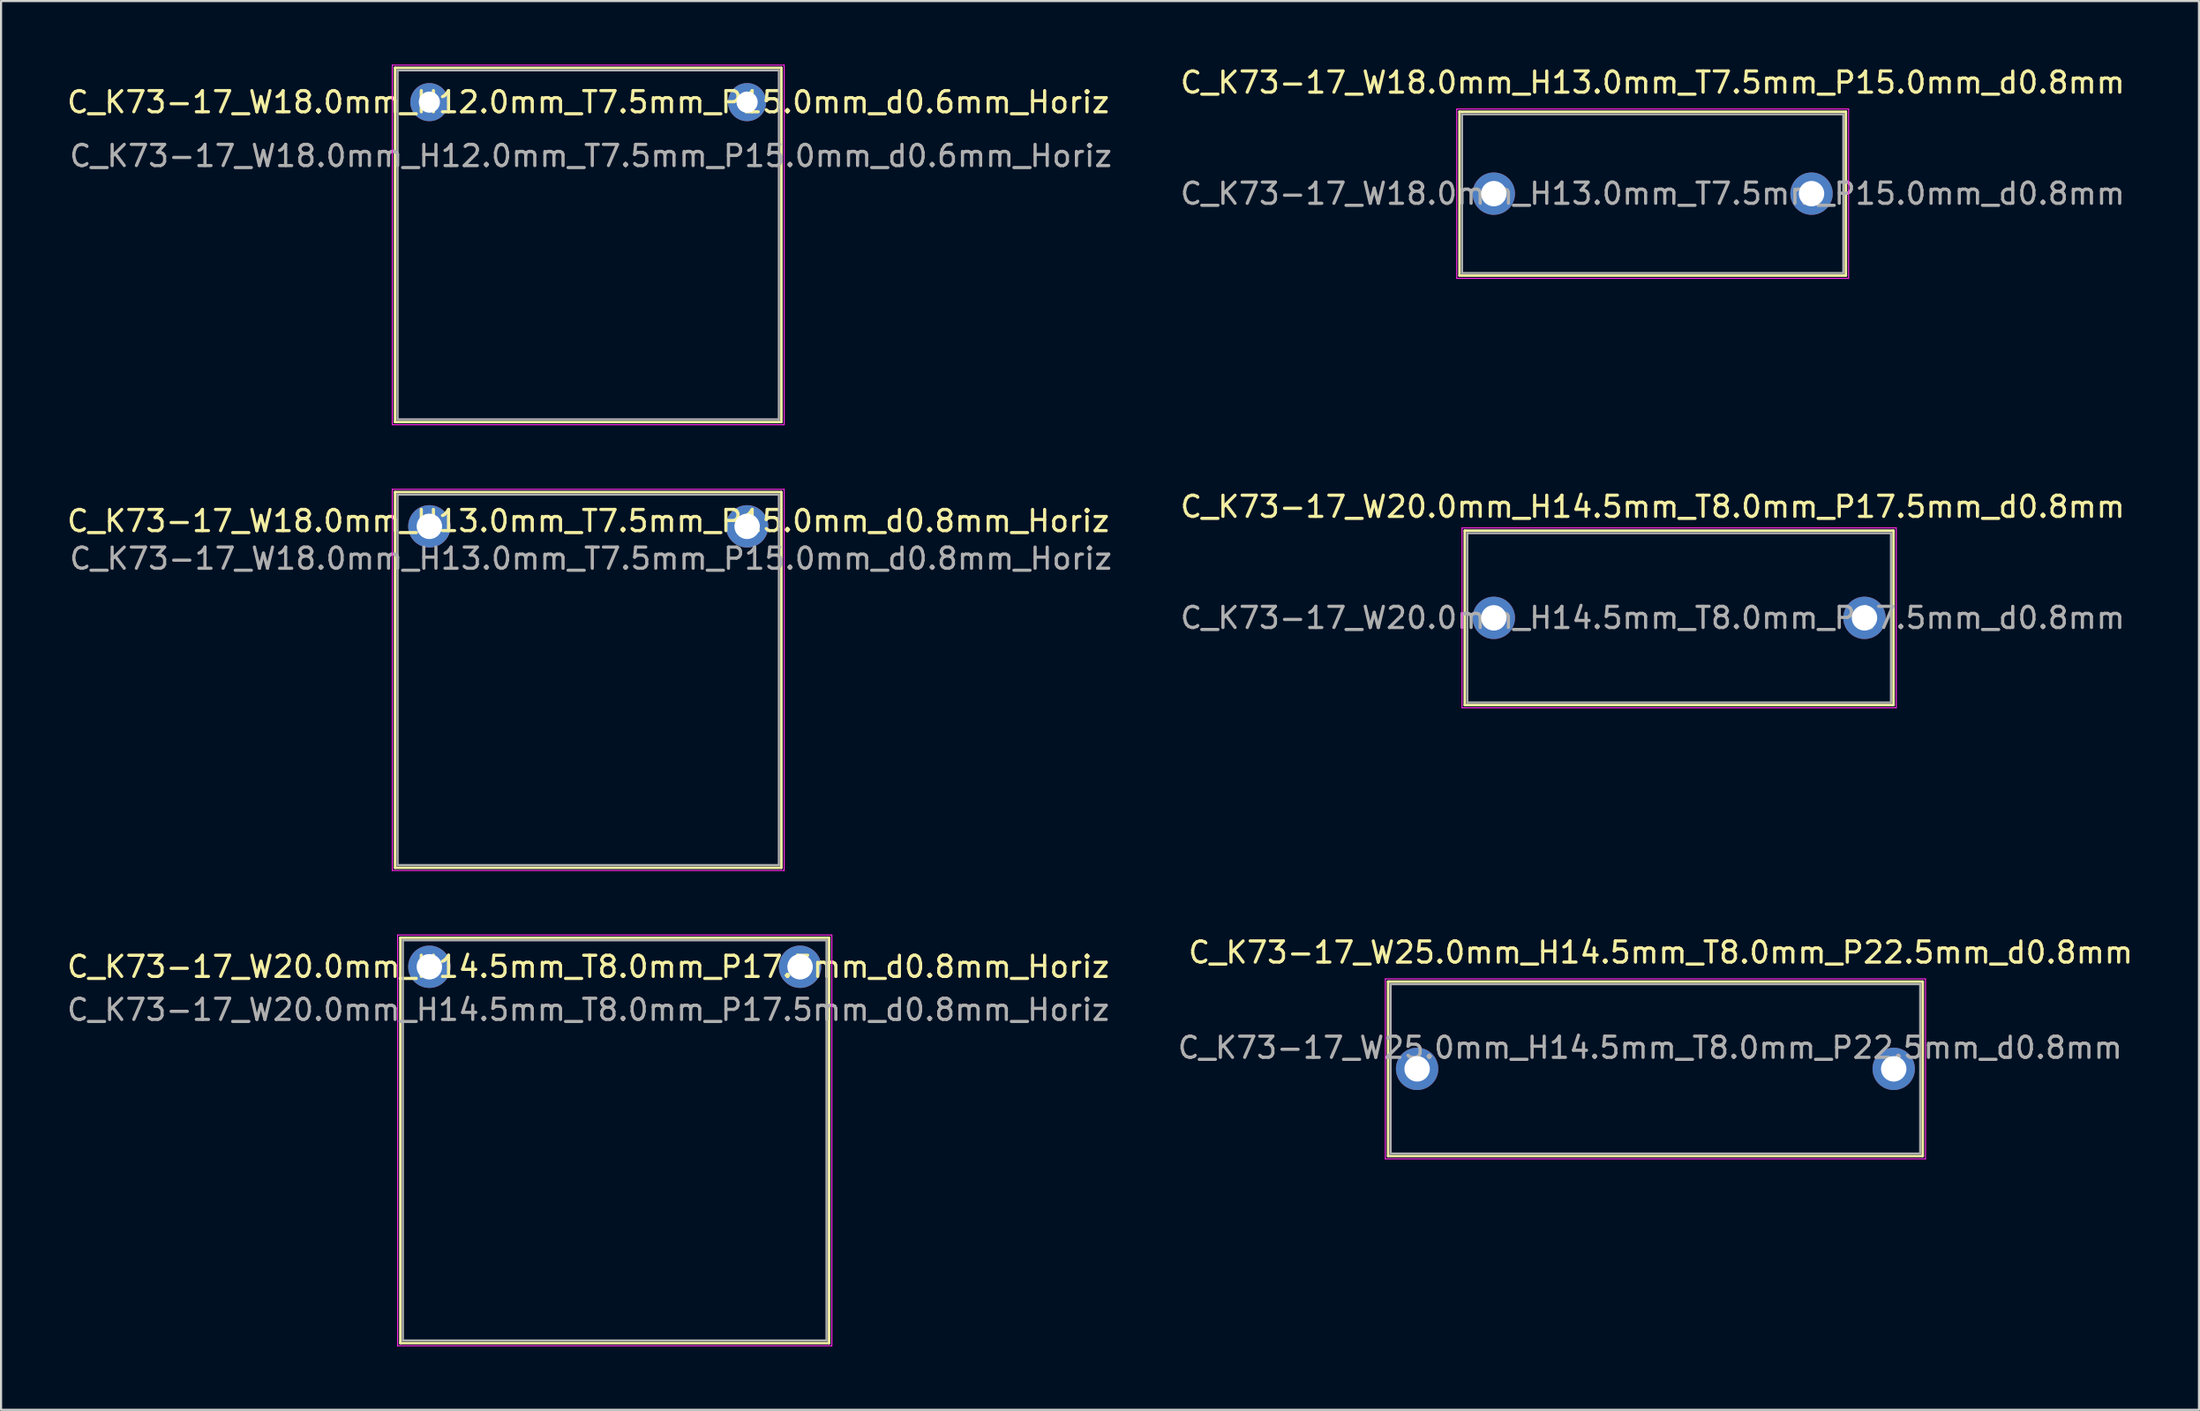
<source format=kicad_pcb>
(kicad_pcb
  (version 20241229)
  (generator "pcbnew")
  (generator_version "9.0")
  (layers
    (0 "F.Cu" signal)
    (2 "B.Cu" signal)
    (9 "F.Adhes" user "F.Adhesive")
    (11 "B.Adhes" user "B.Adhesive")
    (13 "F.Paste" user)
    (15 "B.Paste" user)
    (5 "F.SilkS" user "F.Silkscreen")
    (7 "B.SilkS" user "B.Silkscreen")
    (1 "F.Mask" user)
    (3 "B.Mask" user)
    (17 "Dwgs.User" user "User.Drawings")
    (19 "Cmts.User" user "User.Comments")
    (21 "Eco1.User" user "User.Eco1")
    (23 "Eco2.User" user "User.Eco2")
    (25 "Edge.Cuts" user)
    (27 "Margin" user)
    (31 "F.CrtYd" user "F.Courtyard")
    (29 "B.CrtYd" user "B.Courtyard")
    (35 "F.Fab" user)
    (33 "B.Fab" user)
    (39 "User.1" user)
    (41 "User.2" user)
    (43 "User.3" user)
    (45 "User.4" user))
  (footprint "C_K73-17_W18.0mm_H12.0mm_T7.5mm_P15.0mm_d0.6mm_Horiz"
    (layer "F.Cu")
    (at 17.22 1.775)
    (property "Reference" "C_K73-17_W18.0mm_H12.0mm_T7.5mm_P15.0mm_d0.6mm_Horiz" (at 7.5 0 0) (layer "F.SilkS") (effects (font (size 1 1) (thickness 0.15))))
    (attr through_hole)
    (fp_line (start -1.62 -1.62) (end -1.62 15.113) (stroke (width 0.12) (type solid)) (layer "F.SilkS"))
    (fp_line (start -1.62 -1.62) (end 16.62 -1.62) (stroke (width 0.12) (type solid)) (layer "F.SilkS"))
    (fp_line (start -1.62 15.113) (end 16.62 15.113) (stroke (width 0.12) (type solid)) (layer "F.SilkS"))
    (fp_line (start 16.62 -1.62) (end 16.62 15.113) (stroke (width 0.12) (type solid)) (layer "F.SilkS"))
    (fp_line (start -1.75 -1.75) (end -1.75 15.24) (stroke (width 0.05) (type solid)) (layer "F.CrtYd"))
    (fp_line (start -1.75 15.24) (end 16.75 15.24) (stroke (width 0.05) (type solid)) (layer "F.CrtYd"))
    (fp_line (start 16.75 -1.75) (end -1.75 -1.75) (stroke (width 0.05) (type solid)) (layer "F.CrtYd"))
    (fp_line (start 16.75 15.24) (end 16.75 -1.75) (stroke (width 0.05) (type solid)) (layer "F.CrtYd"))
    (fp_line (start -1.5 -1.5) (end -1.5 14.986) (stroke (width 0.1) (type solid)) (layer "F.Fab"))
    (fp_line (start -1.5 14.986) (end 16.5 14.986) (stroke (width 0.1) (type solid)) (layer "F.Fab"))
    (fp_line (start 16.5 -1.5) (end -1.5 -1.5) (stroke (width 0.1) (type solid)) (layer "F.Fab"))
    (fp_line (start 16.5 14.986) (end 16.5 -1.5) (stroke (width 0.1) (type solid)) (layer "F.Fab"))
    (fp_text user "${REFERENCE}" (at 7.62 2.54 0) (layer "F.Fab") (effects (font (size 1 1) (thickness 0.15))))
    (pad "1" thru_hole circle (at 0 0) (size 1.8 1.8) (drill 1) (layers "*.Cu" "*.Mask"))
    (pad "2" thru_hole circle (at 15 0) (size 1.8 1.8) (drill 1) (layers "*.Cu" "*.Mask")))
  (footprint "C_K73-17_W20.0mm_H14.5mm_T8.0mm_P17.5mm_d0.8mm_Horiz"
    (layer "F.Cu")
    (at 17.22 42.621)
    (property "Reference" "C_K73-17_W20.0mm_H14.5mm_T8.0mm_P17.5mm_d0.8mm_Horiz" (at 7.5 0 0) (layer "F.SilkS") (effects (font (size 1 1) (thickness 0.15))))
    (attr through_hole)
    (fp_line (start -1.37 -1.37) (end -1.37 17.78) (stroke (width 0.12) (type solid)) (layer "F.SilkS"))
    (fp_line (start -1.37 -1.37) (end 18.87 -1.37) (stroke (width 0.12) (type solid)) (layer "F.SilkS"))
    (fp_line (start -1.37 17.78) (end 18.87 17.78) (stroke (width 0.12) (type solid)) (layer "F.SilkS"))
    (fp_line (start 18.87 -1.37) (end 18.87 17.78) (stroke (width 0.12) (type solid)) (layer "F.SilkS"))
    (fp_line (start -1.5 -1.5) (end -1.5 17.907) (stroke (width 0.05) (type solid)) (layer "F.CrtYd"))
    (fp_line (start -1.5 17.907) (end 19 17.907) (stroke (width 0.05) (type solid)) (layer "F.CrtYd"))
    (fp_line (start 19 -1.5) (end -1.5 -1.5) (stroke (width 0.05) (type solid)) (layer "F.CrtYd"))
    (fp_line (start 19 17.907) (end 19 -1.5) (stroke (width 0.05) (type solid)) (layer "F.CrtYd"))
    (fp_line (start -1.25 -1.25) (end -1.25 17.653) (stroke (width 0.1) (type solid)) (layer "F.Fab"))
    (fp_line (start -1.25 17.653) (end 18.75 17.653) (stroke (width 0.1) (type solid)) (layer "F.Fab"))
    (fp_line (start 18.75 -1.25) (end -1.25 -1.25) (stroke (width 0.1) (type solid)) (layer "F.Fab"))
    (fp_line (start 18.75 17.653) (end 18.75 -1.25) (stroke (width 0.1) (type solid)) (layer "F.Fab"))
    (fp_text user "${REFERENCE}" (at 7.5 2.032 0) (layer "F.Fab") (effects (font (size 1 1) (thickness 0.15))))
    (pad "1" thru_hole circle (at 0 0) (size 2 2) (drill 1.2) (layers "*.Cu" "*.Mask"))
    (pad "2" thru_hole circle (at 17.5 0) (size 2 2) (drill 1.2) (layers "*.Cu" "*.Mask")))
  (footprint "C_K73-17_W20.0mm_H14.5mm_T8.0mm_P17.5mm_d0.8mm"
    (layer "F.Cu")
    (at 67.471 26.138)
    (property "Reference" "C_K73-17_W20.0mm_H14.5mm_T8.0mm_P17.5mm_d0.8mm" (at 7.5 -5.25 0) (layer "F.SilkS") (effects (font (size 1 1) (thickness 0.15))))
    (attr through_hole)
    (fp_line (start -1.37 -4.12) (end -1.37 4.12) (stroke (width 0.12) (type solid)) (layer "F.SilkS"))
    (fp_line (start -1.37 -4.12) (end 18.87 -4.12) (stroke (width 0.12) (type solid)) (layer "F.SilkS"))
    (fp_line (start -1.37 4.12) (end 18.87 4.12) (stroke (width 0.12) (type solid)) (layer "F.SilkS"))
    (fp_line (start 18.87 -4.12) (end 18.87 4.12) (stroke (width 0.12) (type solid)) (layer "F.SilkS"))
    (fp_line (start -1.5 -4.25) (end -1.5 4.25) (stroke (width 0.05) (type solid)) (layer "F.CrtYd"))
    (fp_line (start -1.5 4.25) (end 19 4.25) (stroke (width 0.05) (type solid)) (layer "F.CrtYd"))
    (fp_line (start 19 -4.25) (end -1.5 -4.25) (stroke (width 0.05) (type solid)) (layer "F.CrtYd"))
    (fp_line (start 19 4.25) (end 19 -4.25) (stroke (width 0.05) (type solid)) (layer "F.CrtYd"))
    (fp_line (start -1.25 -4) (end -1.25 4) (stroke (width 0.1) (type solid)) (layer "F.Fab"))
    (fp_line (start -1.25 4) (end 18.75 4) (stroke (width 0.1) (type solid)) (layer "F.Fab"))
    (fp_line (start 18.75 -4) (end -1.25 -4) (stroke (width 0.1) (type solid)) (layer "F.Fab"))
    (fp_line (start 18.75 4) (end 18.75 -4) (stroke (width 0.1) (type solid)) (layer "F.Fab"))
    (fp_text user "${REFERENCE}" (at 7.5 0 0) (layer "F.Fab") (effects (font (size 1 1) (thickness 0.15))))
    (pad "1" thru_hole circle (at 0 0) (size 2 2) (drill 1.2) (layers "*.Cu" "*.Mask"))
    (pad "2" thru_hole circle (at 17.5 0) (size 2 2) (drill 1.2) (layers "*.Cu" "*.Mask")))
  (footprint "C_K73-17_W25.0mm_H14.5mm_T8.0mm_P22.5mm_d0.8mm"
    (layer "F.Cu")
    (at 63.851 47.444)
    (property "Reference" "C_K73-17_W25.0mm_H14.5mm_T8.0mm_P22.5mm_d0.8mm" (at 11.5 -5.5 0) (layer "F.SilkS") (effects (font (size 1 1) (thickness 0.15))))
    (attr through_hole)
    (fp_line (start -1.37 -4.12) (end -1.37 4.12) (stroke (width 0.12) (type solid)) (layer "F.SilkS"))
    (fp_line (start -1.37 -4.12) (end 23.87 -4.12) (stroke (width 0.12) (type solid)) (layer "F.SilkS"))
    (fp_line (start -1.37 4.12) (end 23.87 4.12) (stroke (width 0.12) (type solid)) (layer "F.SilkS"))
    (fp_line (start 23.87 -4.12) (end 23.87 4.12) (stroke (width 0.12) (type solid)) (layer "F.SilkS"))
    (fp_line (start -1.5 -4.25) (end -1.5 4.25) (stroke (width 0.05) (type solid)) (layer "F.CrtYd"))
    (fp_line (start -1.5 4.25) (end 24 4.25) (stroke (width 0.05) (type solid)) (layer "F.CrtYd"))
    (fp_line (start 24 -4.25) (end -1.5 -4.25) (stroke (width 0.05) (type solid)) (layer "F.CrtYd"))
    (fp_line (start 24 4.25) (end 24 -4.25) (stroke (width 0.05) (type solid)) (layer "F.CrtYd"))
    (fp_line (start -1.25 -4) (end -1.25 4) (stroke (width 0.1) (type solid)) (layer "F.Fab"))
    (fp_line (start -1.25 4) (end 23.75 4) (stroke (width 0.1) (type solid)) (layer "F.Fab"))
    (fp_line (start 23.75 -4) (end -1.25 -4) (stroke (width 0.1) (type solid)) (layer "F.Fab"))
    (fp_line (start 23.75 4) (end 23.75 -4) (stroke (width 0.1) (type solid)) (layer "F.Fab"))
    (fp_text user "${REFERENCE}" (at 11 -1 0) (layer "F.Fab") (effects (font (size 1 1) (thickness 0.15))))
    (pad "1" thru_hole circle (at 0 0) (size 2 2) (drill 1.2) (layers "*.Cu" "*.Mask"))
    (pad "2" thru_hole circle (at 22.5 0) (size 2 2) (drill 1.2) (layers "*.Cu" "*.Mask")))
  (footprint "C_K73-17_W18.0mm_H13.0mm_T7.5mm_P15.0mm_d0.8mm"
    (layer "F.Cu")
    (at 67.471 6.098)
    (property "Reference" "C_K73-17_W18.0mm_H13.0mm_T7.5mm_P15.0mm_d0.8mm" (at 7.5 -5.25 0) (layer "F.SilkS") (effects (font (size 1 1) (thickness 0.15))))
    (attr through_hole)
    (fp_line (start -1.62 -3.87) (end -1.62 3.87) (stroke (width 0.12) (type solid)) (layer "F.SilkS"))
    (fp_line (start -1.62 -3.87) (end 16.62 -3.87) (stroke (width 0.12) (type solid)) (layer "F.SilkS"))
    (fp_line (start -1.62 3.87) (end 16.62 3.87) (stroke (width 0.12) (type solid)) (layer "F.SilkS"))
    (fp_line (start 16.62 -3.87) (end 16.62 3.87) (stroke (width 0.12) (type solid)) (layer "F.SilkS"))
    (fp_line (start -1.75 -4) (end -1.75 4) (stroke (width 0.05) (type solid)) (layer "F.CrtYd"))
    (fp_line (start -1.75 4) (end 16.75 4) (stroke (width 0.05) (type solid)) (layer "F.CrtYd"))
    (fp_line (start 16.75 -4) (end -1.75 -4) (stroke (width 0.05) (type solid)) (layer "F.CrtYd"))
    (fp_line (start 16.75 4) (end 16.75 -4) (stroke (width 0.05) (type solid)) (layer "F.CrtYd"))
    (fp_line (start -1.5 -3.75) (end -1.5 3.75) (stroke (width 0.1) (type solid)) (layer "F.Fab"))
    (fp_line (start -1.5 3.75) (end 16.5 3.75) (stroke (width 0.1) (type solid)) (layer "F.Fab"))
    (fp_line (start 16.5 -3.75) (end -1.5 -3.75) (stroke (width 0.1) (type solid)) (layer "F.Fab"))
    (fp_line (start 16.5 3.75) (end 16.5 -3.75) (stroke (width 0.1) (type solid)) (layer "F.Fab"))
    (fp_text user "${REFERENCE}" (at 7.5 0 0) (layer "F.Fab") (effects (font (size 1 1) (thickness 0.15))))
    (pad "1" thru_hole circle (at 0 0) (size 2 2) (drill 1.2) (layers "*.Cu" "*.Mask"))
    (pad "2" thru_hole circle (at 15 0) (size 2 2) (drill 1.2) (layers "*.Cu" "*.Mask")))
  (footprint "C_K73-17_W18.0mm_H13.0mm_T7.5mm_P15.0mm_d0.8mm_Horiz"
    (layer "F.Cu")
    (at 17.22 21.815)
    (property "Reference" "C_K73-17_W18.0mm_H13.0mm_T7.5mm_P15.0mm_d0.8mm_Horiz" (at 7.5 -0.254 0) (layer "F.SilkS") (effects (font (size 1 1) (thickness 0.15))))
    (attr through_hole)
    (fp_line (start -1.62 -1.62) (end -1.62 16.129) (stroke (width 0.12) (type solid)) (layer "F.SilkS"))
    (fp_line (start -1.62 -1.62) (end 16.62 -1.62) (stroke (width 0.12) (type solid)) (layer "F.SilkS"))
    (fp_line (start -1.62 16.129) (end 16.62 16.129) (stroke (width 0.12) (type solid)) (layer "F.SilkS"))
    (fp_line (start 16.62 -1.62) (end 16.62 16.129) (stroke (width 0.12) (type solid)) (layer "F.SilkS"))
    (fp_line (start -1.75 -1.75) (end -1.75 16.256) (stroke (width 0.05) (type solid)) (layer "F.CrtYd"))
    (fp_line (start -1.75 16.256) (end 16.75 16.256) (stroke (width 0.05) (type solid)) (layer "F.CrtYd"))
    (fp_line (start 16.75 -1.75) (end -1.75 -1.75) (stroke (width 0.05) (type solid)) (layer "F.CrtYd"))
    (fp_line (start 16.75 16.256) (end 16.75 -1.75) (stroke (width 0.05) (type solid)) (layer "F.CrtYd"))
    (fp_line (start -1.5 -1.5) (end -1.5 16.002) (stroke (width 0.1) (type solid)) (layer "F.Fab"))
    (fp_line (start -1.5 16.002) (end 16.5 16.002) (stroke (width 0.1) (type solid)) (layer "F.Fab"))
    (fp_line (start 16.5 -1.5) (end -1.5 -1.5) (stroke (width 0.1) (type solid)) (layer "F.Fab"))
    (fp_line (start 16.5 16.002) (end 16.5 -1.5) (stroke (width 0.1) (type solid)) (layer "F.Fab"))
    (fp_text user "${REFERENCE}" (at 7.62 1.524 0) (layer "F.Fab") (effects (font (size 1 1) (thickness 0.15))))
    (pad "1" thru_hole circle (at 0 0) (size 2 2) (drill 1.2) (layers "*.Cu" "*.Mask"))
    (pad "2" thru_hole circle (at 15 0) (size 2 2) (drill 1.2) (layers "*.Cu" "*.Mask")))
  (gr_rect
    (start -3 -3)
    (end 100.762 63.553)
    (stroke (width 0.1) (type default))
    (fill no)
    (layer "Edge.Cuts")))
</source>
